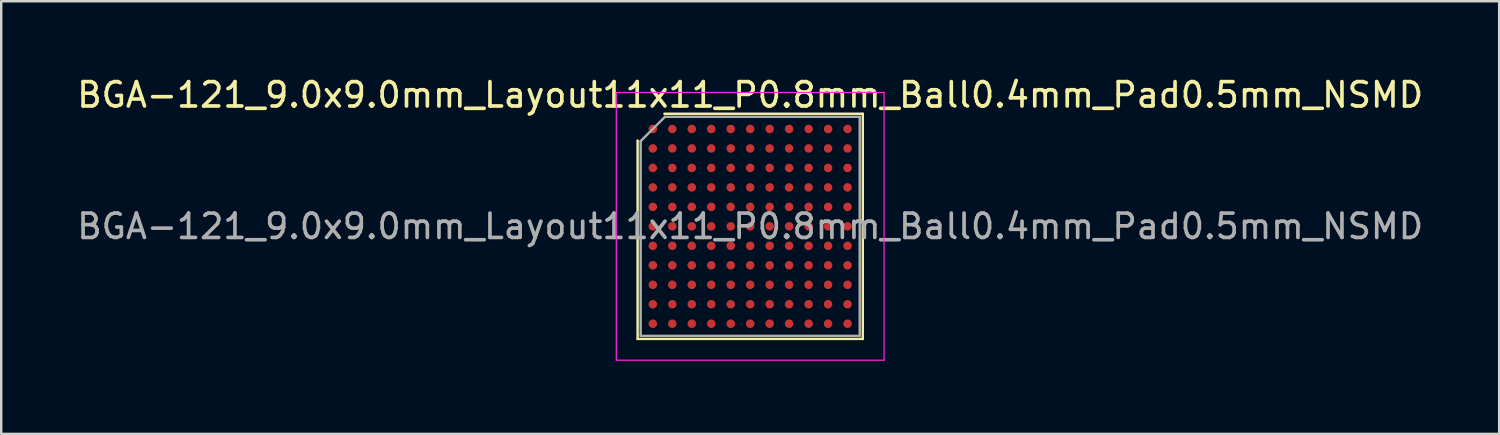
<source format=kicad_pcb>
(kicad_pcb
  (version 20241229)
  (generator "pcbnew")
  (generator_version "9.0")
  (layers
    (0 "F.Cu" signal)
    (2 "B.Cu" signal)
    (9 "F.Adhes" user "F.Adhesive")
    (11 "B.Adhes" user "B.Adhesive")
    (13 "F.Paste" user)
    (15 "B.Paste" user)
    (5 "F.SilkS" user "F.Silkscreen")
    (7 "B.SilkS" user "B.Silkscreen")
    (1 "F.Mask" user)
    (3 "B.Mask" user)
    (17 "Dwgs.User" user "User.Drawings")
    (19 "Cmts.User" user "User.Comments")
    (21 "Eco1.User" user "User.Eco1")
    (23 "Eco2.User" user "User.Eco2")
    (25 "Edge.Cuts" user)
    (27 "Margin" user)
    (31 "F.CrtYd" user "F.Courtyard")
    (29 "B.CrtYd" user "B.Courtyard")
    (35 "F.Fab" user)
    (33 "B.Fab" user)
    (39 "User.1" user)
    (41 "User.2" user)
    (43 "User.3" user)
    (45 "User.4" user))
  (footprint "BGA-121_9.0x9.0mm_Layout11x11_P0.8mm_Ball0.4mm_Pad0.5mm_NSMD"
    (layer "F.Cu")
    (at 27.768 6.248)
    (property "Reference" "BGA-121_9.0x9.0mm_Layout11x11_P0.8mm_Ball0.4mm_Pad0.5mm_NSMD" (at 0 -5.4 0) (layer "F.SilkS") (effects (font (size 1 1) (thickness 0.15))))
    (attr smd)
    (fp_line (start -4.625 -3.525) (end -4.625 4.625) (stroke (width 0.1) (type solid)) (layer "F.SilkS"))
    (fp_line (start -4.625 4.625) (end 4.625 4.625) (stroke (width 0.1) (type solid)) (layer "F.SilkS"))
    (fp_line (start -3.525 -4.625) (end 4.625 -4.625) (stroke (width 0.1) (type solid)) (layer "F.SilkS"))
    (fp_line (start 4.625 -4.625) (end 4.625 4.625) (stroke (width 0.1) (type solid)) (layer "F.SilkS"))
    (fp_line (start -5.5 -5.5) (end -5.5 5.5) (stroke (width 0.05) (type solid)) (layer "F.CrtYd"))
    (fp_line (start -5.5 -5.5) (end 5.5 -5.5) (stroke (width 0.05) (type solid)) (layer "F.CrtYd"))
    (fp_line (start 5.5 -5.5) (end 5.5 5.5) (stroke (width 0.05) (type solid)) (layer "F.CrtYd"))
    (fp_line (start 5.5 5.5) (end -5.5 5.5) (stroke (width 0.05) (type solid)) (layer "F.CrtYd"))
    (fp_line (start -4.5 -3.5) (end -4.5 4.5) (stroke (width 0.1) (type solid)) (layer "F.Fab"))
    (fp_line (start -4.5 4.5) (end 4.5 4.5) (stroke (width 0.1) (type solid)) (layer "F.Fab"))
    (fp_line (start -3.5 -4.5) (end -4.5 -3.5) (stroke (width 0.1) (type solid)) (layer "F.Fab"))
    (fp_line (start -3.5 -4.5) (end 4.5 -4.5) (stroke (width 0.1) (type solid)) (layer "F.Fab"))
    (fp_line (start 4.5 4.5) (end 4.5 -4.5) (stroke (width 0.1) (type solid)) (layer "F.Fab"))
    (fp_text user "${REFERENCE}" (at 0 0 0) (layer "F.Fab") (effects (font (size 1 1) (thickness 0.15))))
    (pad "A1" smd circle (at -4 -4) (size 0.35 0.35) (layers "F.Cu" "F.Mask" "F.Paste"))
    (pad "A2" smd circle (at -3.2 -4) (size 0.35 0.35) (layers "F.Cu" "F.Mask" "F.Paste"))
    (pad "A3" smd circle (at -2.4 -4) (size 0.35 0.35) (layers "F.Cu" "F.Mask" "F.Paste"))
    (pad "A4" smd circle (at -1.6 -4) (size 0.35 0.35) (layers "F.Cu" "F.Mask" "F.Paste"))
    (pad "A5" smd circle (at -0.8 -4) (size 0.35 0.35) (layers "F.Cu" "F.Mask" "F.Paste"))
    (pad "A6" smd circle (at 0 -4) (size 0.35 0.35) (layers "F.Cu" "F.Mask" "F.Paste"))
    (pad "A7" smd circle (at 0.8 -4) (size 0.35 0.35) (layers "F.Cu" "F.Mask" "F.Paste"))
    (pad "A8" smd circle (at 1.6 -4) (size 0.35 0.35) (layers "F.Cu" "F.Mask" "F.Paste"))
    (pad "A9" smd circle (at 2.4 -4) (size 0.35 0.35) (layers "F.Cu" "F.Mask" "F.Paste"))
    (pad "A10" smd circle (at 3.2 -4) (size 0.35 0.35) (layers "F.Cu" "F.Mask" "F.Paste"))
    (pad "A11" smd circle (at 4 -4) (size 0.35 0.35) (layers "F.Cu" "F.Mask" "F.Paste"))
    (pad "B1" smd circle (at -4 -3.2) (size 0.35 0.35) (layers "F.Cu" "F.Mask" "F.Paste"))
    (pad "B2" smd circle (at -3.2 -3.2) (size 0.35 0.35) (layers "F.Cu" "F.Mask" "F.Paste"))
    (pad "B3" smd circle (at -2.4 -3.2) (size 0.35 0.35) (layers "F.Cu" "F.Mask" "F.Paste"))
    (pad "B4" smd circle (at -1.6 -3.2) (size 0.35 0.35) (layers "F.Cu" "F.Mask" "F.Paste"))
    (pad "B5" smd circle (at -0.8 -3.2) (size 0.35 0.35) (layers "F.Cu" "F.Mask" "F.Paste"))
    (pad "B6" smd circle (at 0 -3.2) (size 0.35 0.35) (layers "F.Cu" "F.Mask" "F.Paste"))
    (pad "B7" smd circle (at 0.8 -3.2) (size 0.35 0.35) (layers "F.Cu" "F.Mask" "F.Paste"))
    (pad "B8" smd circle (at 1.6 -3.2) (size 0.35 0.35) (layers "F.Cu" "F.Mask" "F.Paste"))
    (pad "B9" smd circle (at 2.4 -3.2) (size 0.35 0.35) (layers "F.Cu" "F.Mask" "F.Paste"))
    (pad "B10" smd circle (at 3.2 -3.2) (size 0.35 0.35) (layers "F.Cu" "F.Mask" "F.Paste"))
    (pad "B11" smd circle (at 4 -3.2) (size 0.35 0.35) (layers "F.Cu" "F.Mask" "F.Paste"))
    (pad "C1" smd circle (at -4 -2.4) (size 0.35 0.35) (layers "F.Cu" "F.Mask" "F.Paste"))
    (pad "C2" smd circle (at -3.2 -2.4) (size 0.35 0.35) (layers "F.Cu" "F.Mask" "F.Paste"))
    (pad "C3" smd circle (at -2.4 -2.4) (size 0.35 0.35) (layers "F.Cu" "F.Mask" "F.Paste"))
    (pad "C4" smd circle (at -1.6 -2.4) (size 0.35 0.35) (layers "F.Cu" "F.Mask" "F.Paste"))
    (pad "C5" smd circle (at -0.8 -2.4) (size 0.35 0.35) (layers "F.Cu" "F.Mask" "F.Paste"))
    (pad "C6" smd circle (at 0 -2.4) (size 0.35 0.35) (layers "F.Cu" "F.Mask" "F.Paste"))
    (pad "C7" smd circle (at 0.8 -2.4) (size 0.35 0.35) (layers "F.Cu" "F.Mask" "F.Paste"))
    (pad "C8" smd circle (at 1.6 -2.4) (size 0.35 0.35) (layers "F.Cu" "F.Mask" "F.Paste"))
    (pad "C9" smd circle (at 2.4 -2.4) (size 0.35 0.35) (layers "F.Cu" "F.Mask" "F.Paste"))
    (pad "C10" smd circle (at 3.2 -2.4) (size 0.35 0.35) (layers "F.Cu" "F.Mask" "F.Paste"))
    (pad "C11" smd circle (at 4 -2.4) (size 0.35 0.35) (layers "F.Cu" "F.Mask" "F.Paste"))
    (pad "D1" smd circle (at -4 -1.6) (size 0.35 0.35) (layers "F.Cu" "F.Mask" "F.Paste"))
    (pad "D2" smd circle (at -3.2 -1.6) (size 0.35 0.35) (layers "F.Cu" "F.Mask" "F.Paste"))
    (pad "D3" smd circle (at -2.4 -1.6) (size 0.35 0.35) (layers "F.Cu" "F.Mask" "F.Paste"))
    (pad "D4" smd circle (at -1.6 -1.6) (size 0.35 0.35) (layers "F.Cu" "F.Mask" "F.Paste"))
    (pad "D5" smd circle (at -0.8 -1.6) (size 0.35 0.35) (layers "F.Cu" "F.Mask" "F.Paste"))
    (pad "D6" smd circle (at 0 -1.6) (size 0.35 0.35) (layers "F.Cu" "F.Mask" "F.Paste"))
    (pad "D7" smd circle (at 0.8 -1.6) (size 0.35 0.35) (layers "F.Cu" "F.Mask" "F.Paste"))
    (pad "D8" smd circle (at 1.6 -1.6) (size 0.35 0.35) (layers "F.Cu" "F.Mask" "F.Paste"))
    (pad "D9" smd circle (at 2.4 -1.6) (size 0.35 0.35) (layers "F.Cu" "F.Mask" "F.Paste"))
    (pad "D10" smd circle (at 3.2 -1.6) (size 0.35 0.35) (layers "F.Cu" "F.Mask" "F.Paste"))
    (pad "D11" smd circle (at 4 -1.6) (size 0.35 0.35) (layers "F.Cu" "F.Mask" "F.Paste"))
    (pad "E1" smd circle (at -4 -0.8) (size 0.35 0.35) (layers "F.Cu" "F.Mask" "F.Paste"))
    (pad "E2" smd circle (at -3.2 -0.8) (size 0.35 0.35) (layers "F.Cu" "F.Mask" "F.Paste"))
    (pad "E3" smd circle (at -2.4 -0.8) (size 0.35 0.35) (layers "F.Cu" "F.Mask" "F.Paste"))
    (pad "E4" smd circle (at -1.6 -0.8) (size 0.35 0.35) (layers "F.Cu" "F.Mask" "F.Paste"))
    (pad "E5" smd circle (at -0.8 -0.8) (size 0.35 0.35) (layers "F.Cu" "F.Mask" "F.Paste"))
    (pad "E6" smd circle (at 0 -0.8) (size 0.35 0.35) (layers "F.Cu" "F.Mask" "F.Paste"))
    (pad "E7" smd circle (at 0.8 -0.8) (size 0.35 0.35) (layers "F.Cu" "F.Mask" "F.Paste"))
    (pad "E8" smd circle (at 1.6 -0.8) (size 0.35 0.35) (layers "F.Cu" "F.Mask" "F.Paste"))
    (pad "E9" smd circle (at 2.4 -0.8) (size 0.35 0.35) (layers "F.Cu" "F.Mask" "F.Paste"))
    (pad "E10" smd circle (at 3.2 -0.8) (size 0.35 0.35) (layers "F.Cu" "F.Mask" "F.Paste"))
    (pad "E11" smd circle (at 4 -0.8) (size 0.35 0.35) (layers "F.Cu" "F.Mask" "F.Paste"))
    (pad "F1" smd circle (at -4 0) (size 0.35 0.35) (layers "F.Cu" "F.Mask" "F.Paste"))
    (pad "F2" smd circle (at -3.2 0) (size 0.35 0.35) (layers "F.Cu" "F.Mask" "F.Paste"))
    (pad "F3" smd circle (at -2.4 0) (size 0.35 0.35) (layers "F.Cu" "F.Mask" "F.Paste"))
    (pad "F4" smd circle (at -1.6 0) (size 0.35 0.35) (layers "F.Cu" "F.Mask" "F.Paste"))
    (pad "F5" smd circle (at -0.8 0) (size 0.35 0.35) (layers "F.Cu" "F.Mask" "F.Paste"))
    (pad "F6" smd circle (at 0 0) (size 0.35 0.35) (layers "F.Cu" "F.Mask" "F.Paste"))
    (pad "F7" smd circle (at 0.8 0) (size 0.35 0.35) (layers "F.Cu" "F.Mask" "F.Paste"))
    (pad "F8" smd circle (at 1.6 0) (size 0.35 0.35) (layers "F.Cu" "F.Mask" "F.Paste"))
    (pad "F9" smd circle (at 2.4 0) (size 0.35 0.35) (layers "F.Cu" "F.Mask" "F.Paste"))
    (pad "F10" smd circle (at 3.2 0) (size 0.35 0.35) (layers "F.Cu" "F.Mask" "F.Paste"))
    (pad "F11" smd circle (at 4 0) (size 0.35 0.35) (layers "F.Cu" "F.Mask" "F.Paste"))
    (pad "G1" smd circle (at -4 0.8) (size 0.35 0.35) (layers "F.Cu" "F.Mask" "F.Paste"))
    (pad "G2" smd circle (at -3.2 0.8) (size 0.35 0.35) (layers "F.Cu" "F.Mask" "F.Paste"))
    (pad "G3" smd circle (at -2.4 0.8) (size 0.35 0.35) (layers "F.Cu" "F.Mask" "F.Paste"))
    (pad "G4" smd circle (at -1.6 0.8) (size 0.35 0.35) (layers "F.Cu" "F.Mask" "F.Paste"))
    (pad "G5" smd circle (at -0.8 0.8) (size 0.35 0.35) (layers "F.Cu" "F.Mask" "F.Paste"))
    (pad "G6" smd circle (at 0 0.8) (size 0.35 0.35) (layers "F.Cu" "F.Mask" "F.Paste"))
    (pad "G7" smd circle (at 0.8 0.8) (size 0.35 0.35) (layers "F.Cu" "F.Mask" "F.Paste"))
    (pad "G8" smd circle (at 1.6 0.8) (size 0.35 0.35) (layers "F.Cu" "F.Mask" "F.Paste"))
    (pad "G9" smd circle (at 2.4 0.8) (size 0.35 0.35) (layers "F.Cu" "F.Mask" "F.Paste"))
    (pad "G10" smd circle (at 3.2 0.8) (size 0.35 0.35) (layers "F.Cu" "F.Mask" "F.Paste"))
    (pad "G11" smd circle (at 4 0.8) (size 0.35 0.35) (layers "F.Cu" "F.Mask" "F.Paste"))
    (pad "H1" smd circle (at -4 1.6) (size 0.35 0.35) (layers "F.Cu" "F.Mask" "F.Paste"))
    (pad "H2" smd circle (at -3.2 1.6) (size 0.35 0.35) (layers "F.Cu" "F.Mask" "F.Paste"))
    (pad "H3" smd circle (at -2.4 1.6) (size 0.35 0.35) (layers "F.Cu" "F.Mask" "F.Paste"))
    (pad "H4" smd circle (at -1.6 1.6) (size 0.35 0.35) (layers "F.Cu" "F.Mask" "F.Paste"))
    (pad "H5" smd circle (at -0.8 1.6) (size 0.35 0.35) (layers "F.Cu" "F.Mask" "F.Paste"))
    (pad "H6" smd circle (at 0 1.6) (size 0.35 0.35) (layers "F.Cu" "F.Mask" "F.Paste"))
    (pad "H7" smd circle (at 0.8 1.6) (size 0.35 0.35) (layers "F.Cu" "F.Mask" "F.Paste"))
    (pad "H8" smd circle (at 1.6 1.6) (size 0.35 0.35) (layers "F.Cu" "F.Mask" "F.Paste"))
    (pad "H9" smd circle (at 2.4 1.6) (size 0.35 0.35) (layers "F.Cu" "F.Mask" "F.Paste"))
    (pad "H10" smd circle (at 3.2 1.6) (size 0.35 0.35) (layers "F.Cu" "F.Mask" "F.Paste"))
    (pad "H11" smd circle (at 4 1.6) (size 0.35 0.35) (layers "F.Cu" "F.Mask" "F.Paste"))
    (pad "J1" smd circle (at -4 2.4) (size 0.35 0.35) (layers "F.Cu" "F.Mask" "F.Paste"))
    (pad "J2" smd circle (at -3.2 2.4) (size 0.35 0.35) (layers "F.Cu" "F.Mask" "F.Paste"))
    (pad "J3" smd circle (at -2.4 2.4) (size 0.35 0.35) (layers "F.Cu" "F.Mask" "F.Paste"))
    (pad "J4" smd circle (at -1.6 2.4) (size 0.35 0.35) (layers "F.Cu" "F.Mask" "F.Paste"))
    (pad "J5" smd circle (at -0.8 2.4) (size 0.35 0.35) (layers "F.Cu" "F.Mask" "F.Paste"))
    (pad "J6" smd circle (at 0 2.4) (size 0.35 0.35) (layers "F.Cu" "F.Mask" "F.Paste"))
    (pad "J7" smd circle (at 0.8 2.4) (size 0.35 0.35) (layers "F.Cu" "F.Mask" "F.Paste"))
    (pad "J8" smd circle (at 1.6 2.4) (size 0.35 0.35) (layers "F.Cu" "F.Mask" "F.Paste"))
    (pad "J9" smd circle (at 2.4 2.4) (size 0.35 0.35) (layers "F.Cu" "F.Mask" "F.Paste"))
    (pad "J10" smd circle (at 3.2 2.4) (size 0.35 0.35) (layers "F.Cu" "F.Mask" "F.Paste"))
    (pad "J11" smd circle (at 4 2.4) (size 0.35 0.35) (layers "F.Cu" "F.Mask" "F.Paste"))
    (pad "K1" smd circle (at -4 3.2) (size 0.35 0.35) (layers "F.Cu" "F.Mask" "F.Paste"))
    (pad "K2" smd circle (at -3.2 3.2) (size 0.35 0.35) (layers "F.Cu" "F.Mask" "F.Paste"))
    (pad "K3" smd circle (at -2.4 3.2) (size 0.35 0.35) (layers "F.Cu" "F.Mask" "F.Paste"))
    (pad "K4" smd circle (at -1.6 3.2) (size 0.35 0.35) (layers "F.Cu" "F.Mask" "F.Paste"))
    (pad "K5" smd circle (at -0.8 3.2) (size 0.35 0.35) (layers "F.Cu" "F.Mask" "F.Paste"))
    (pad "K6" smd circle (at 0 3.2) (size 0.35 0.35) (layers "F.Cu" "F.Mask" "F.Paste"))
    (pad "K7" smd circle (at 0.8 3.2) (size 0.35 0.35) (layers "F.Cu" "F.Mask" "F.Paste"))
    (pad "K8" smd circle (at 1.6 3.2) (size 0.35 0.35) (layers "F.Cu" "F.Mask" "F.Paste"))
    (pad "K9" smd circle (at 2.4 3.2) (size 0.35 0.35) (layers "F.Cu" "F.Mask" "F.Paste"))
    (pad "K10" smd circle (at 3.2 3.2) (size 0.35 0.35) (layers "F.Cu" "F.Mask" "F.Paste"))
    (pad "K11" smd circle (at 4 3.2) (size 0.35 0.35) (layers "F.Cu" "F.Mask" "F.Paste"))
    (pad "L1" smd circle (at -4 4) (size 0.35 0.35) (layers "F.Cu" "F.Mask" "F.Paste"))
    (pad "L2" smd circle (at -3.2 4) (size 0.35 0.35) (layers "F.Cu" "F.Mask" "F.Paste"))
    (pad "L3" smd circle (at -2.4 4) (size 0.35 0.35) (layers "F.Cu" "F.Mask" "F.Paste"))
    (pad "L4" smd circle (at -1.6 4) (size 0.35 0.35) (layers "F.Cu" "F.Mask" "F.Paste"))
    (pad "L5" smd circle (at -0.8 4) (size 0.35 0.35) (layers "F.Cu" "F.Mask" "F.Paste"))
    (pad "L6" smd circle (at 0 4) (size 0.35 0.35) (layers "F.Cu" "F.Mask" "F.Paste"))
    (pad "L7" smd circle (at 0.8 4) (size 0.35 0.35) (layers "F.Cu" "F.Mask" "F.Paste"))
    (pad "L8" smd circle (at 1.6 4) (size 0.35 0.35) (layers "F.Cu" "F.Mask" "F.Paste"))
    (pad "L9" smd circle (at 2.4 4) (size 0.35 0.35) (layers "F.Cu" "F.Mask" "F.Paste"))
    (pad "L10" smd circle (at 3.2 4) (size 0.35 0.35) (layers "F.Cu" "F.Mask" "F.Paste"))
    (pad "L11" smd circle (at 4 4) (size 0.35 0.35) (layers "F.Cu" "F.Mask" "F.Paste")))
  (gr_rect
    (start -3 -3)
    (end 58.536 14.773)
    (stroke (width 0.1) (type default))
    (fill no)
    (layer "Edge.Cuts")))
</source>
